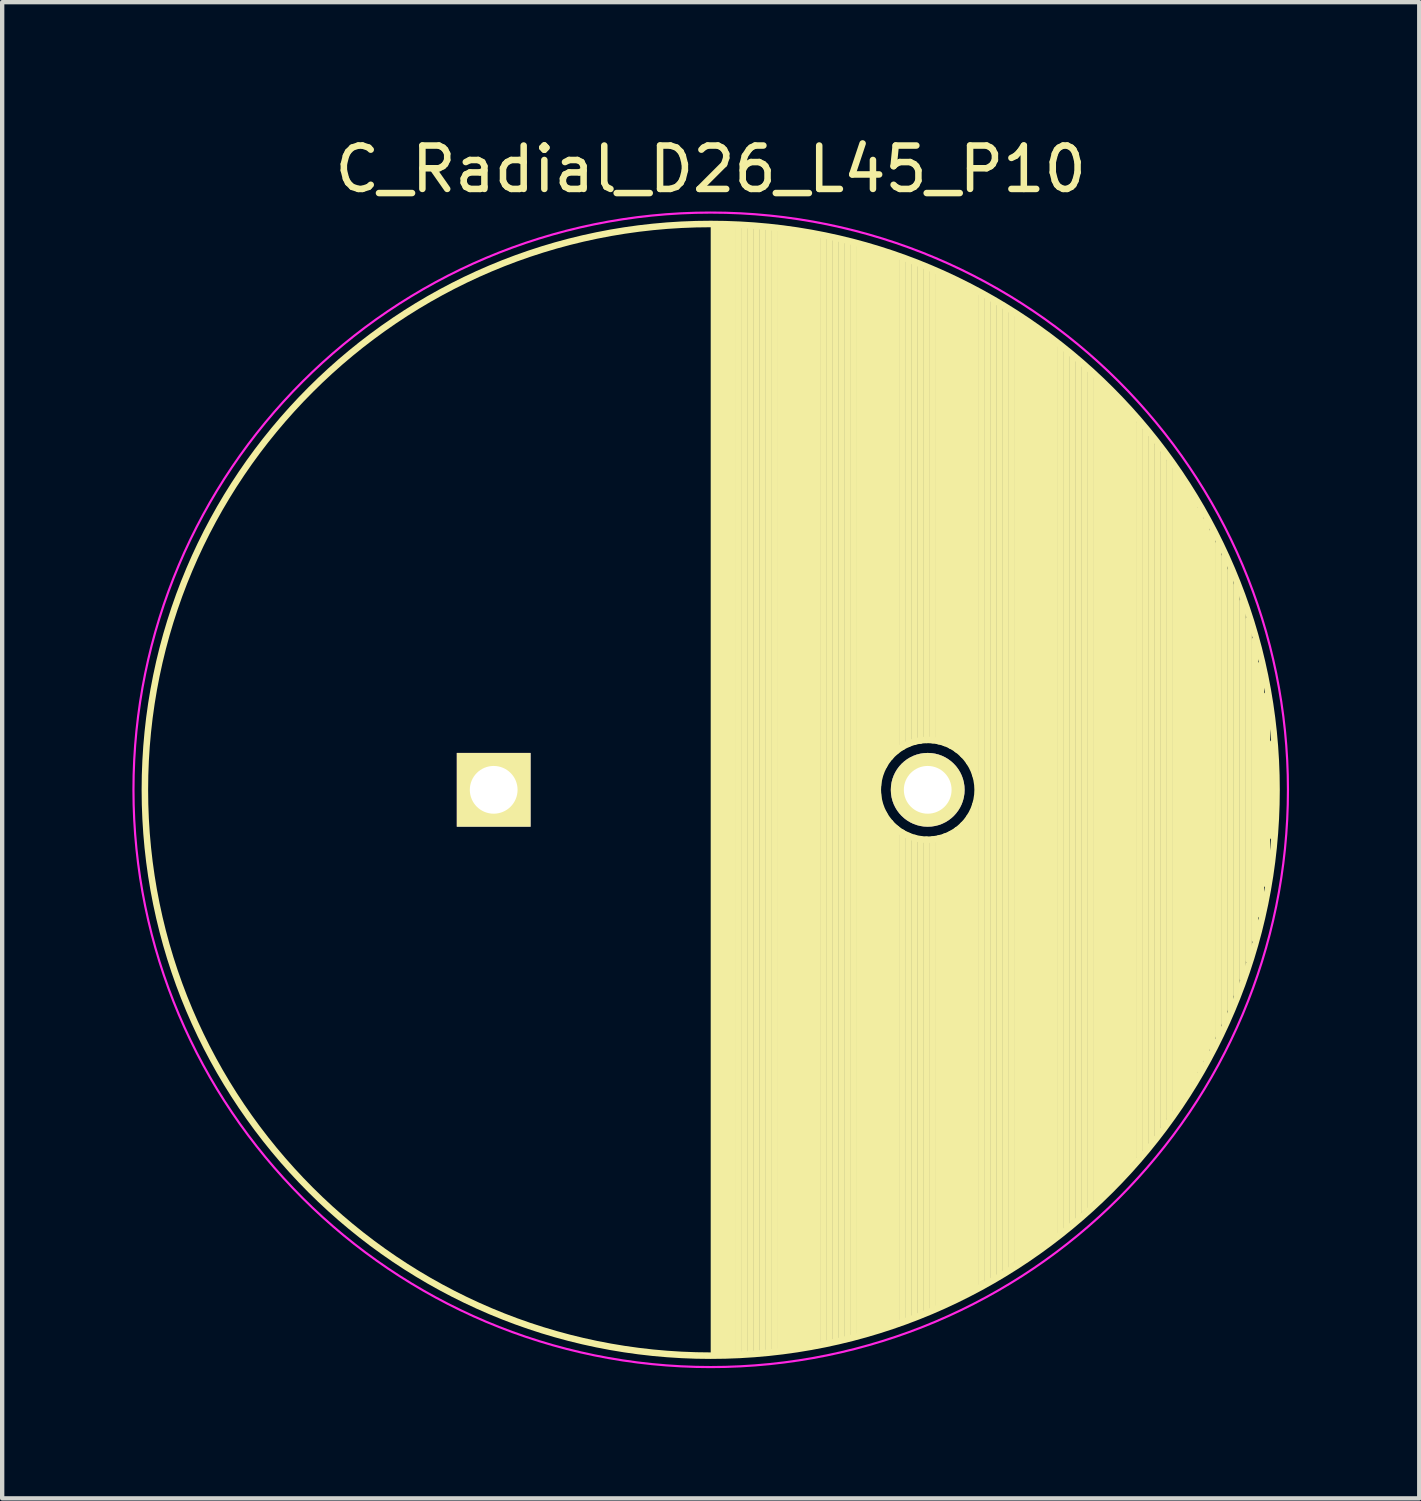
<source format=kicad_pcb>
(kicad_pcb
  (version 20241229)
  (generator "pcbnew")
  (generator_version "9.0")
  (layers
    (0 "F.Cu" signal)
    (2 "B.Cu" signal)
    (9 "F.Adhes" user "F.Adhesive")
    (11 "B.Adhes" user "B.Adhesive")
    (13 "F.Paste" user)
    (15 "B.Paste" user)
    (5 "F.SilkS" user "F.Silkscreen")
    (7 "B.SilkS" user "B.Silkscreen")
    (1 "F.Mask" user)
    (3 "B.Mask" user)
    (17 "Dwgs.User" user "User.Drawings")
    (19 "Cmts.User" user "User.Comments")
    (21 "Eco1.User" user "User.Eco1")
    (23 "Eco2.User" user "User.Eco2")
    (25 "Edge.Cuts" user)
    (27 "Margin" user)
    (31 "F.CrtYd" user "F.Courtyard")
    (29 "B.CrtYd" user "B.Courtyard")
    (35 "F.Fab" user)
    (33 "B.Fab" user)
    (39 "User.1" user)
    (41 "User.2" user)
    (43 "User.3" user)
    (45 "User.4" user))
  (footprint "C_Radial_D26_L45_P10"
    (layer "F.Cu")
    (at 8.325 15.148)
    (property "Reference" "C_Radial_D26_L45_P10" (at 5 -14.3 0) (layer "F.SilkS") (effects (font (size 1 1) (thickness 0.15))))
    (attr through_hole)
    (fp_line (start 5.075 -13) (end 5.075 13) (stroke (width 0.15) (type solid)) (layer "F.SilkS"))
    (fp_line (start 5.215 -12.998) (end 5.215 12.998) (stroke (width 0.15) (type solid)) (layer "F.SilkS"))
    (fp_line (start 5.355 -12.995) (end 5.355 12.995) (stroke (width 0.15) (type solid)) (layer "F.SilkS"))
    (fp_line (start 5.495 -12.991) (end 5.495 12.991) (stroke (width 0.15) (type solid)) (layer "F.SilkS"))
    (fp_line (start 5.635 -12.984) (end 5.635 12.984) (stroke (width 0.15) (type solid)) (layer "F.SilkS"))
    (fp_line (start 5.775 -12.977) (end 5.775 12.977) (stroke (width 0.15) (type solid)) (layer "F.SilkS"))
    (fp_line (start 5.915 -12.968) (end 5.915 12.968) (stroke (width 0.15) (type solid)) (layer "F.SilkS"))
    (fp_line (start 6.055 -12.957) (end 6.055 12.957) (stroke (width 0.15) (type solid)) (layer "F.SilkS"))
    (fp_line (start 6.195 -12.945) (end 6.195 12.945) (stroke (width 0.15) (type solid)) (layer "F.SilkS"))
    (fp_line (start 6.335 -12.931) (end 6.335 12.931) (stroke (width 0.15) (type solid)) (layer "F.SilkS"))
    (fp_line (start 6.475 -12.916) (end 6.475 12.916) (stroke (width 0.15) (type solid)) (layer "F.SilkS"))
    (fp_line (start 6.615 -12.899) (end 6.615 12.899) (stroke (width 0.15) (type solid)) (layer "F.SilkS"))
    (fp_line (start 6.755 -12.881) (end 6.755 12.881) (stroke (width 0.15) (type solid)) (layer "F.SilkS"))
    (fp_line (start 6.895 -12.861) (end 6.895 12.861) (stroke (width 0.15) (type solid)) (layer "F.SilkS"))
    (fp_line (start 7.035 -12.84) (end 7.035 12.84) (stroke (width 0.15) (type solid)) (layer "F.SilkS"))
    (fp_line (start 7.175 -12.817) (end 7.175 12.817) (stroke (width 0.15) (type solid)) (layer "F.SilkS"))
    (fp_line (start 7.315 -12.792) (end 7.315 12.792) (stroke (width 0.15) (type solid)) (layer "F.SilkS"))
    (fp_line (start 7.455 -12.766) (end 7.455 12.766) (stroke (width 0.15) (type solid)) (layer "F.SilkS"))
    (fp_line (start 7.595 -12.738) (end 7.595 12.738) (stroke (width 0.15) (type solid)) (layer "F.SilkS"))
    (fp_line (start 7.735 -12.709) (end 7.735 12.709) (stroke (width 0.15) (type solid)) (layer "F.SilkS"))
    (fp_line (start 7.875 -12.678) (end 7.875 12.678) (stroke (width 0.15) (type solid)) (layer "F.SilkS"))
    (fp_line (start 8.015 -12.646) (end 8.015 12.646) (stroke (width 0.15) (type solid)) (layer "F.SilkS"))
    (fp_line (start 8.155 -12.611) (end 8.155 12.611) (stroke (width 0.15) (type solid)) (layer "F.SilkS"))
    (fp_line (start 8.295 -12.575) (end 8.295 12.575) (stroke (width 0.15) (type solid)) (layer "F.SilkS"))
    (fp_line (start 8.435 -12.538) (end 8.435 12.538) (stroke (width 0.15) (type solid)) (layer "F.SilkS"))
    (fp_line (start 8.575 -12.499) (end 8.575 12.499) (stroke (width 0.15) (type solid)) (layer "F.SilkS"))
    (fp_line (start 8.715 -12.458) (end 8.715 12.458) (stroke (width 0.15) (type solid)) (layer "F.SilkS"))
    (fp_line (start 8.855 -12.415) (end 8.855 -0.107) (stroke (width 0.15) (type solid)) (layer "F.SilkS"))
    (fp_line (start 8.855 0.107) (end 8.855 12.415) (stroke (width 0.15) (type solid)) (layer "F.SilkS"))
    (fp_line (start 8.995 -12.371) (end 8.995 -0.559) (stroke (width 0.15) (type solid)) (layer "F.SilkS"))
    (fp_line (start 8.995 0.559) (end 8.995 12.371) (stroke (width 0.15) (type solid)) (layer "F.SilkS"))
    (fp_line (start 9.135 -12.325) (end 9.135 -0.758) (stroke (width 0.15) (type solid)) (layer "F.SilkS"))
    (fp_line (start 9.135 0.758) (end 9.135 12.325) (stroke (width 0.15) (type solid)) (layer "F.SilkS"))
    (fp_line (start 9.275 -12.277) (end 9.275 -0.893) (stroke (width 0.15) (type solid)) (layer "F.SilkS"))
    (fp_line (start 9.275 0.893) (end 9.275 12.277) (stroke (width 0.15) (type solid)) (layer "F.SilkS"))
    (fp_line (start 9.415 -12.227) (end 9.415 -0.99) (stroke (width 0.15) (type solid)) (layer "F.SilkS"))
    (fp_line (start 9.415 0.99) (end 9.415 12.227) (stroke (width 0.15) (type solid)) (layer "F.SilkS"))
    (fp_line (start 9.555 -12.176) (end 9.555 -1.06) (stroke (width 0.15) (type solid)) (layer "F.SilkS"))
    (fp_line (start 9.555 1.06) (end 9.555 12.176) (stroke (width 0.15) (type solid)) (layer "F.SilkS"))
    (fp_line (start 9.695 -12.123) (end 9.695 -1.109) (stroke (width 0.15) (type solid)) (layer "F.SilkS"))
    (fp_line (start 9.695 1.109) (end 9.695 12.123) (stroke (width 0.15) (type solid)) (layer "F.SilkS"))
    (fp_line (start 9.835 -12.067) (end 9.835 -1.138) (stroke (width 0.15) (type solid)) (layer "F.SilkS"))
    (fp_line (start 9.835 1.138) (end 9.835 12.067) (stroke (width 0.15) (type solid)) (layer "F.SilkS"))
    (fp_line (start 9.975 -12.01) (end 9.975 -1.15) (stroke (width 0.15) (type solid)) (layer "F.SilkS"))
    (fp_line (start 9.975 1.15) (end 9.975 12.01) (stroke (width 0.15) (type solid)) (layer "F.SilkS"))
    (fp_line (start 10.115 -11.951) (end 10.115 -1.144) (stroke (width 0.15) (type solid)) (layer "F.SilkS"))
    (fp_line (start 10.115 1.144) (end 10.115 11.951) (stroke (width 0.15) (type solid)) (layer "F.SilkS"))
    (fp_line (start 10.255 -11.891) (end 10.255 -1.121) (stroke (width 0.15) (type solid)) (layer "F.SilkS"))
    (fp_line (start 10.255 1.121) (end 10.255 11.891) (stroke (width 0.15) (type solid)) (layer "F.SilkS"))
    (fp_line (start 10.395 -11.828) (end 10.395 -1.08) (stroke (width 0.15) (type solid)) (layer "F.SilkS"))
    (fp_line (start 10.395 1.08) (end 10.395 11.828) (stroke (width 0.15) (type solid)) (layer "F.SilkS"))
    (fp_line (start 10.535 -11.763) (end 10.535 -1.018) (stroke (width 0.15) (type solid)) (layer "F.SilkS"))
    (fp_line (start 10.535 1.018) (end 10.535 11.763) (stroke (width 0.15) (type solid)) (layer "F.SilkS"))
    (fp_line (start 10.675 -11.696) (end 10.675 -0.931) (stroke (width 0.15) (type solid)) (layer "F.SilkS"))
    (fp_line (start 10.675 0.931) (end 10.675 11.696) (stroke (width 0.15) (type solid)) (layer "F.SilkS"))
    (fp_line (start 10.815 -11.627) (end 10.815 -0.811) (stroke (width 0.15) (type solid)) (layer "F.SilkS"))
    (fp_line (start 10.815 0.811) (end 10.815 11.627) (stroke (width 0.15) (type solid)) (layer "F.SilkS"))
    (fp_line (start 10.955 -11.556) (end 10.955 -0.641) (stroke (width 0.15) (type solid)) (layer "F.SilkS"))
    (fp_line (start 10.955 0.641) (end 10.955 11.556) (stroke (width 0.15) (type solid)) (layer "F.SilkS"))
    (fp_line (start 11.095 -11.483) (end 11.095 -0.351) (stroke (width 0.15) (type solid)) (layer "F.SilkS"))
    (fp_line (start 11.095 0.351) (end 11.095 11.483) (stroke (width 0.15) (type solid)) (layer "F.SilkS"))
    (fp_line (start 11.235 -11.407) (end 11.235 11.407) (stroke (width 0.15) (type solid)) (layer "F.SilkS"))
    (fp_line (start 11.375 -11.33) (end 11.375 11.33) (stroke (width 0.15) (type solid)) (layer "F.SilkS"))
    (fp_line (start 11.515 -11.25) (end 11.515 11.25) (stroke (width 0.15) (type solid)) (layer "F.SilkS"))
    (fp_line (start 11.655 -11.167) (end 11.655 11.167) (stroke (width 0.15) (type solid)) (layer "F.SilkS"))
    (fp_line (start 11.795 -11.083) (end 11.795 11.083) (stroke (width 0.15) (type solid)) (layer "F.SilkS"))
    (fp_line (start 11.935 -10.996) (end 11.935 10.996) (stroke (width 0.15) (type solid)) (layer "F.SilkS"))
    (fp_line (start 12.075 -10.906) (end 12.075 10.906) (stroke (width 0.15) (type solid)) (layer "F.SilkS"))
    (fp_line (start 12.215 -10.814) (end 12.215 10.814) (stroke (width 0.15) (type solid)) (layer "F.SilkS"))
    (fp_line (start 12.355 -10.719) (end 12.355 10.719) (stroke (width 0.15) (type solid)) (layer "F.SilkS"))
    (fp_line (start 12.495 -10.622) (end 12.495 10.622) (stroke (width 0.15) (type solid)) (layer "F.SilkS"))
    (fp_line (start 12.635 -10.522) (end 12.635 10.522) (stroke (width 0.15) (type solid)) (layer "F.SilkS"))
    (fp_line (start 12.775 -10.419) (end 12.775 10.419) (stroke (width 0.15) (type solid)) (layer "F.SilkS"))
    (fp_line (start 12.915 -10.313) (end 12.915 10.313) (stroke (width 0.15) (type solid)) (layer "F.SilkS"))
    (fp_line (start 13.055 -10.204) (end 13.055 10.204) (stroke (width 0.15) (type solid)) (layer "F.SilkS"))
    (fp_line (start 13.195 -10.092) (end 13.195 10.092) (stroke (width 0.15) (type solid)) (layer "F.SilkS"))
    (fp_line (start 13.335 -9.976) (end 13.335 9.976) (stroke (width 0.15) (type solid)) (layer "F.SilkS"))
    (fp_line (start 13.475 -9.858) (end 13.475 9.858) (stroke (width 0.15) (type solid)) (layer "F.SilkS"))
    (fp_line (start 13.615 -9.736) (end 13.615 9.736) (stroke (width 0.15) (type solid)) (layer "F.SilkS"))
    (fp_line (start 13.755 -9.61) (end 13.755 9.61) (stroke (width 0.15) (type solid)) (layer "F.SilkS"))
    (fp_line (start 13.895 -9.48) (end 13.895 9.48) (stroke (width 0.15) (type solid)) (layer "F.SilkS"))
    (fp_line (start 14.035 -9.347) (end 14.035 9.347) (stroke (width 0.15) (type solid)) (layer "F.SilkS"))
    (fp_line (start 14.175 -9.21) (end 14.175 9.21) (stroke (width 0.15) (type solid)) (layer "F.SilkS"))
    (fp_line (start 14.315 -9.068) (end 14.315 9.068) (stroke (width 0.15) (type solid)) (layer "F.SilkS"))
    (fp_line (start 14.455 -8.922) (end 14.455 8.922) (stroke (width 0.15) (type solid)) (layer "F.SilkS"))
    (fp_line (start 14.595 -8.771) (end 14.595 8.771) (stroke (width 0.15) (type solid)) (layer "F.SilkS"))
    (fp_line (start 14.735 -8.616) (end 14.735 8.616) (stroke (width 0.15) (type solid)) (layer "F.SilkS"))
    (fp_line (start 14.875 -8.455) (end 14.875 8.455) (stroke (width 0.15) (type solid)) (layer "F.SilkS"))
    (fp_line (start 15.015 -8.289) (end 15.015 8.289) (stroke (width 0.15) (type solid)) (layer "F.SilkS"))
    (fp_line (start 15.155 -8.116) (end 15.155 8.116) (stroke (width 0.15) (type solid)) (layer "F.SilkS"))
    (fp_line (start 15.295 -7.938) (end 15.295 7.938) (stroke (width 0.15) (type solid)) (layer "F.SilkS"))
    (fp_line (start 15.435 -7.753) (end 15.435 7.753) (stroke (width 0.15) (type solid)) (layer "F.SilkS"))
    (fp_line (start 15.575 -7.561) (end 15.575 7.561) (stroke (width 0.15) (type solid)) (layer "F.SilkS"))
    (fp_line (start 15.715 -7.361) (end 15.715 7.361) (stroke (width 0.15) (type solid)) (layer "F.SilkS"))
    (fp_line (start 15.855 -7.153) (end 15.855 7.153) (stroke (width 0.15) (type solid)) (layer "F.SilkS"))
    (fp_line (start 15.995 -6.936) (end 15.995 6.936) (stroke (width 0.15) (type solid)) (layer "F.SilkS"))
    (fp_line (start 16.135 -6.709) (end 16.135 6.709) (stroke (width 0.15) (type solid)) (layer "F.SilkS"))
    (fp_line (start 16.275 -6.471) (end 16.275 6.471) (stroke (width 0.15) (type solid)) (layer "F.SilkS"))
    (fp_line (start 16.415 -6.221) (end 16.415 6.221) (stroke (width 0.15) (type solid)) (layer "F.SilkS"))
    (fp_line (start 16.555 -5.957) (end 16.555 5.957) (stroke (width 0.15) (type solid)) (layer "F.SilkS"))
    (fp_line (start 16.695 -5.677) (end 16.695 5.677) (stroke (width 0.15) (type solid)) (layer "F.SilkS"))
    (fp_line (start 16.835 -5.379) (end 16.835 5.379) (stroke (width 0.15) (type solid)) (layer "F.SilkS"))
    (fp_line (start 16.975 -5.06) (end 16.975 5.06) (stroke (width 0.15) (type solid)) (layer "F.SilkS"))
    (fp_line (start 17.115 -4.715) (end 17.115 4.715) (stroke (width 0.15) (type solid)) (layer "F.SilkS"))
    (fp_line (start 17.255 -4.338) (end 17.255 4.338) (stroke (width 0.15) (type solid)) (layer "F.SilkS"))
    (fp_line (start 17.395 -3.92) (end 17.395 3.92) (stroke (width 0.15) (type solid)) (layer "F.SilkS"))
    (fp_line (start 17.535 -3.446) (end 17.535 3.446) (stroke (width 0.15) (type solid)) (layer "F.SilkS"))
    (fp_line (start 17.675 -2.889) (end 17.675 2.889) (stroke (width 0.15) (type solid)) (layer "F.SilkS"))
    (fp_line (start 17.815 -2.185) (end 17.815 2.185) (stroke (width 0.15) (type solid)) (layer "F.SilkS"))
    (fp_line (start 17.955 -1.081) (end 17.955 1.081) (stroke (width 0.15) (type solid)) (layer "F.SilkS"))
    (fp_circle (center 5 0) (end 5 -13.037) (stroke (width 0.15) (type solid)) (fill no) (layer "F.SilkS"))
    (fp_circle (center 10 0) (end 10 -1.15) (stroke (width 0.15) (type solid)) (fill no) (layer "F.SilkS"))
    (fp_circle (center 5 0) (end 5 -13.3) (stroke (width 0.05) (type solid)) (fill no) (layer "F.CrtYd"))
    (pad "1" thru_hole rect (at 0 0) (size 1.7 1.7) (drill 1.1) (layers "*.Cu" "*.Mask" "F.SilkS"))
    (pad "2" thru_hole circle (at 10 0) (size 1.7 1.7) (drill 1.1) (layers "*.Cu" "*.Mask" "F.SilkS")))
  (gr_rect
    (start -3 -3)
    (end 29.65 31.473)
    (stroke (width 0.1) (type default))
    (fill no)
    (layer "Edge.Cuts")))
</source>
